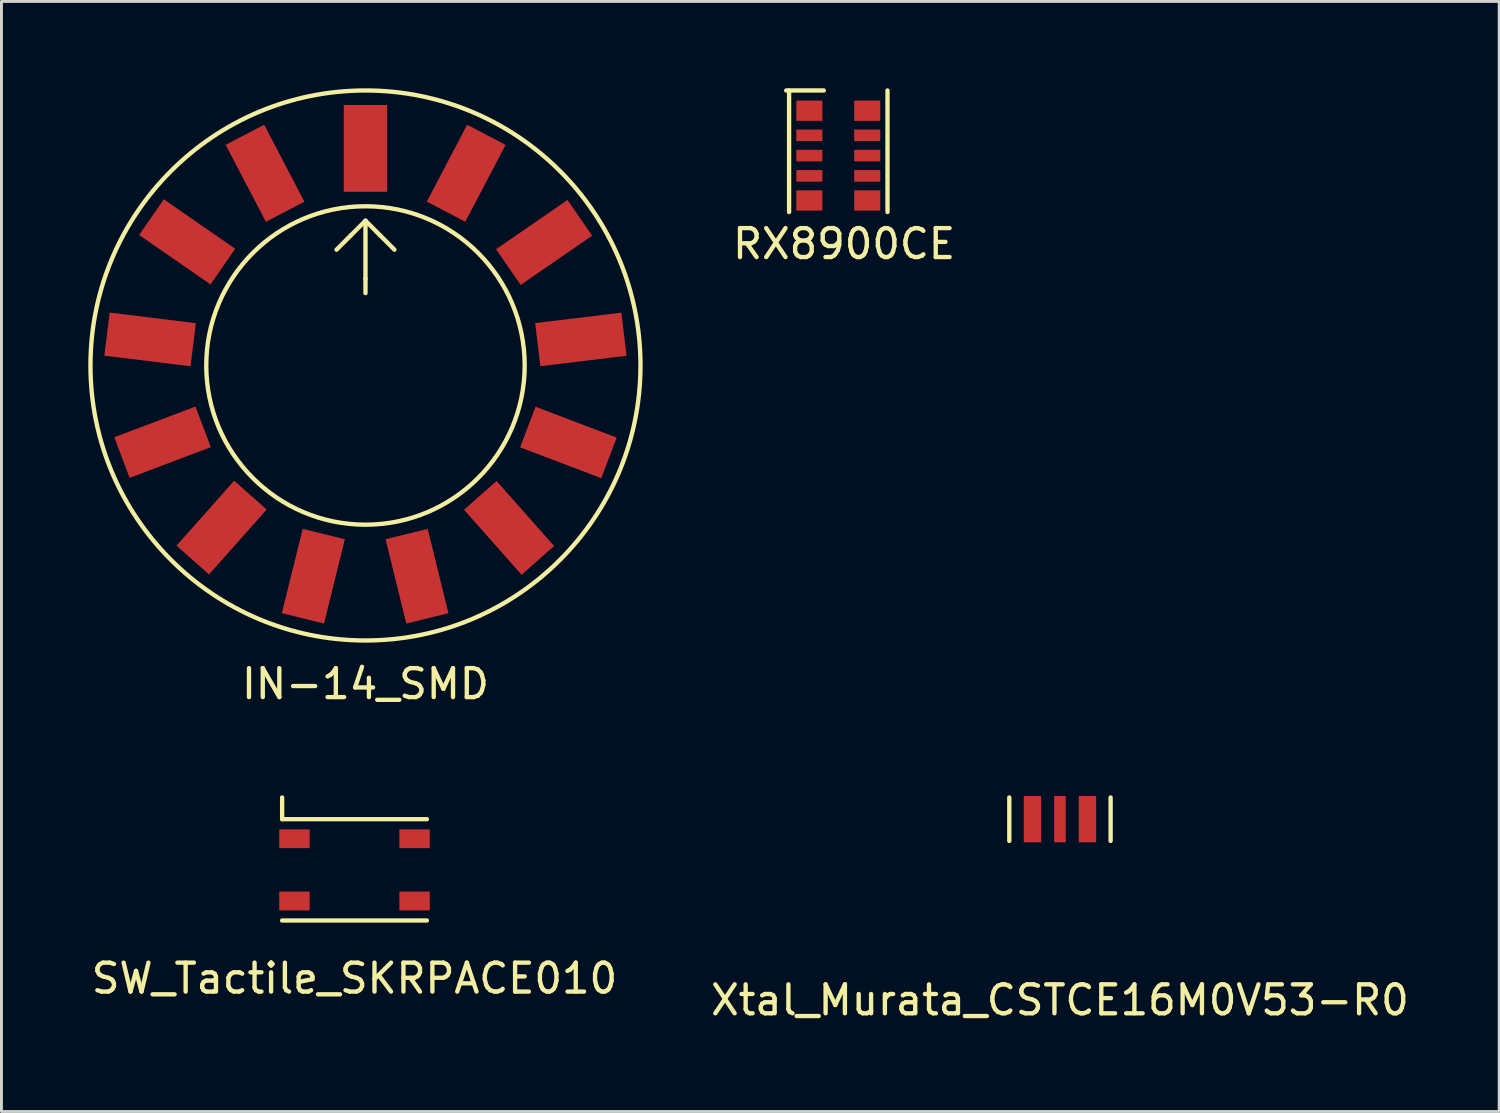
<source format=kicad_pcb>
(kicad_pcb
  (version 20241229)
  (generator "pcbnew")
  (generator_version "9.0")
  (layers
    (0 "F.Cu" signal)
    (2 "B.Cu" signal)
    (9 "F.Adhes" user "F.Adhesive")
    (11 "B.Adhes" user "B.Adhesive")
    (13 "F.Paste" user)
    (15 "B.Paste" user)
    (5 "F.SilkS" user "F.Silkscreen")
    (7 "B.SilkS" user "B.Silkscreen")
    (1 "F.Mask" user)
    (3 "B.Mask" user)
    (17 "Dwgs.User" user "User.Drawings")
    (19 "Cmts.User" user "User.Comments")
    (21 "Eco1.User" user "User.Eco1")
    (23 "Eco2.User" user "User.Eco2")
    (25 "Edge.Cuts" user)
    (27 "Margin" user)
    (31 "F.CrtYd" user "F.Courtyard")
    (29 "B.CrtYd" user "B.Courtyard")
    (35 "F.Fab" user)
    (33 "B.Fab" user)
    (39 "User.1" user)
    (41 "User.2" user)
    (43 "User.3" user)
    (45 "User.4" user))
  (footprint "RX8900CE"
    (layer "F.Cu")
    (at 24.908 0.775)
    (property "Reference" "RX8900CE" (at 1.2 4.6 0) (layer "F.SilkS") (effects (font (size 1 1) (thickness 0.15))))
    (attr through_hole)
    (fp_line (start -0.8 -0.7) (end 0.5 -0.7) (stroke (width 0.15) (type solid)) (layer "F.SilkS"))
    (fp_line (start -0.7 -0.7) (end -0.7 3.5) (stroke (width 0.15) (type solid)) (layer "F.SilkS"))
    (fp_line (start 2.7 -0.7) (end 2.7 3.5) (stroke (width 0.15) (type solid)) (layer "F.SilkS"))
    (pad "1" smd rect (at 0 0) (size 0.9 0.7) (layers "F.Cu" "F.Mask" "F.Paste"))
    (pad "2" smd rect (at 0 0.85) (size 0.9 0.4) (layers "F.Cu" "F.Mask" "F.Paste"))
    (pad "3" smd rect (at 0 1.55) (size 0.9 0.4) (layers "F.Cu" "F.Mask" "F.Paste"))
    (pad "4" smd rect (at 0 2.25) (size 0.9 0.4) (layers "F.Cu" "F.Mask" "F.Paste"))
    (pad "5" smd rect (at 0 3.1) (size 0.9 0.7) (layers "F.Cu" "F.Mask" "F.Paste"))
    (pad "6" smd rect (at 2 3.1) (size 0.9 0.7) (layers "F.Cu" "F.Mask" "F.Paste"))
    (pad "7" smd rect (at 2 2.25) (size 0.9 0.4) (layers "F.Cu" "F.Mask" "F.Paste"))
    (pad "8" smd rect (at 2 1.55) (size 0.9 0.4) (layers "F.Cu" "F.Mask" "F.Paste"))
    (pad "9" smd rect (at 2 0.85) (size 0.9 0.4) (layers "F.Cu" "F.Mask" "F.Paste"))
    (pad "10" smd rect (at 2 0) (size 0.9 0.7) (layers "F.Cu" "F.Mask" "F.Paste")))
  (footprint "SW_Tactile_SKRPACE010"
    (layer "F.Cu")
    (at 9.196 26.998)
    (property "Reference" "SW_Tactile_SKRPACE010" (at 0 3.75 0) (layer "F.SilkS") (effects (font (size 1 1) (thickness 0.15))))
    (attr through_hole)
    (fp_line (start -2.5 -1.75) (end -2.5 -2.5) (stroke (width 0.15) (type solid)) (layer "F.SilkS"))
    (fp_line (start -2.5 -1.75) (end 2.5 -1.75) (stroke (width 0.15) (type solid)) (layer "F.SilkS"))
    (fp_line (start -2.5 1.75) (end 2.5 1.75) (stroke (width 0.15) (type solid)) (layer "F.SilkS"))
    (pad "1" smd rect (at -2.075 -1.075) (size 1.05 0.65) (layers "F.Cu" "F.Mask" "F.Paste"))
    (pad "2" smd rect (at 2.075 -1.075) (size 1.05 0.65) (layers "F.Cu" "F.Mask" "F.Paste"))
    (pad "3" smd rect (at -2.075 1.075) (size 1.05 0.65) (layers "F.Cu" "F.Mask" "F.Paste"))
    (pad "4" smd rect (at 2.075 1.075) (size 1.05 0.65) (layers "F.Cu" "F.Mask" "F.Paste")))
  (footprint "IN-14_SMD"
    (layer "F.Cu")
    (at 9.575 9.575)
    (property "Reference" "IN-14_SMD" (at 0 11 0) (layer "F.SilkS") (effects (font (size 1 1) (thickness 0.15))))
    (attr through_hole)
    (fp_line (start -0.5 -4.5) (end -1 -4) (stroke (width 0.15) (type solid)) (layer "F.SilkS"))
    (fp_line (start 0 -5) (end -0.5 -4.5) (stroke (width 0.15) (type solid)) (layer "F.SilkS"))
    (fp_line (start 0 -5) (end 0.5 -4.5) (stroke (width 0.15) (type solid)) (layer "F.SilkS"))
    (fp_line (start 0 -3) (end 0 -5) (stroke (width 0.15) (type solid)) (layer "F.SilkS"))
    (fp_line (start 0 -3) (end 0 -2.5) (stroke (width 0.15) (type solid)) (layer "F.SilkS"))
    (fp_line (start 0.5 -4.5) (end 1 -4) (stroke (width 0.15) (type solid)) (layer "F.SilkS"))
    (fp_circle (center 0 0) (end 0 9.5) (stroke (width 0.15) (type solid)) (fill no) (layer "F.SilkS"))
    (fp_circle (center 0 0) (end 5.5 0) (stroke (width 0.15) (type solid)) (fill no) (layer "F.SilkS"))
    (pad "0" smd rect (at -6.16 -4.27 55.3) (size 1.5 3) (layers "F.Cu" "F.Mask" "F.Paste"))
    (pad "1" smd rect (at 6.17 -4.25 304.6) (size 1.5 3) (layers "F.Cu" "F.Mask" "F.Paste"))
    (pad "2" smd rect (at 7.44 -0.9 276.9) (size 1.5 3) (layers "F.Cu" "F.Mask" "F.Paste"))
    (pad "3" smd rect (at 7.01 2.66 249.2) (size 1.5 3) (layers "F.Cu" "F.Mask" "F.Paste"))
    (pad "4" smd rect (at 4.96 5.61 221.5) (size 1.5 3) (layers "F.Cu" "F.Mask" "F.Paste"))
    (pad "5" smd rect (at 1.78 7.28 193.8) (size 1.5 3) (layers "F.Cu" "F.Mask" "F.Paste"))
    (pad "6" smd rect (at -1.8 7.28 166.1) (size 1.5 3) (layers "F.Cu" "F.Mask" "F.Paste"))
    (pad "7" smd rect (at -4.97 5.6 138.4) (size 1.5 3) (layers "F.Cu" "F.Mask" "F.Paste"))
    (pad "8" smd rect (at -7.01 2.65 110.7) (size 1.5 3) (layers "F.Cu" "F.Mask" "F.Paste"))
    (pad "9" smd rect (at -7.44 -0.9 83) (size 1.5 3) (layers "F.Cu" "F.Mask" "F.Paste"))
    (pad "A" smd rect (at 0 -7.5) (size 1.5 3) (layers "F.Cu" "F.Mask" "F.Paste"))
    (pad "LHDP" smd rect (at 3.48 -6.64 332.3) (size 1.5 3) (layers "F.Cu" "F.Mask" "F.Paste"))
    (pad "RHDP" smd rect (at -3.47 -6.64 27.6) (size 1.5 3) (layers "F.Cu" "F.Mask" "F.Paste")))
  (footprint "Xtal_Murata_CSTCE16M0V53-R0"
    (layer "F.Cu")
    (at 33.565 25.248)
    (property "Reference" "Xtal_Murata_CSTCE16M0V53-R0" (at 0 6.25 0) (layer "F.SilkS") (effects (font (size 1 1) (thickness 0.15))))
    (attr through_hole)
    (fp_line (start -1.75 -0.75) (end -1.75 0.75) (stroke (width 0.15) (type solid)) (layer "F.SilkS"))
    (fp_line (start 1.75 -0.75) (end 1.75 0.75) (stroke (width 0.15) (type solid)) (layer "F.SilkS"))
    (pad "1" smd rect (at 0.95 0) (size 0.6 1.6) (layers "F.Cu" "F.Mask" "F.Paste"))
    (pad "2" smd rect (at 0 0) (size 0.4 1.6) (layers "F.Cu" "F.Mask" "F.Paste"))
    (pad "3" smd rect (at -0.95 0) (size 0.6 1.6) (layers "F.Cu" "F.Mask" "F.Paste")))
  (gr_rect
    (start -3 -3)
    (end 48.738 35.346)
    (stroke (width 0.1) (type default))
    (fill no)
    (layer "Edge.Cuts")))
</source>
